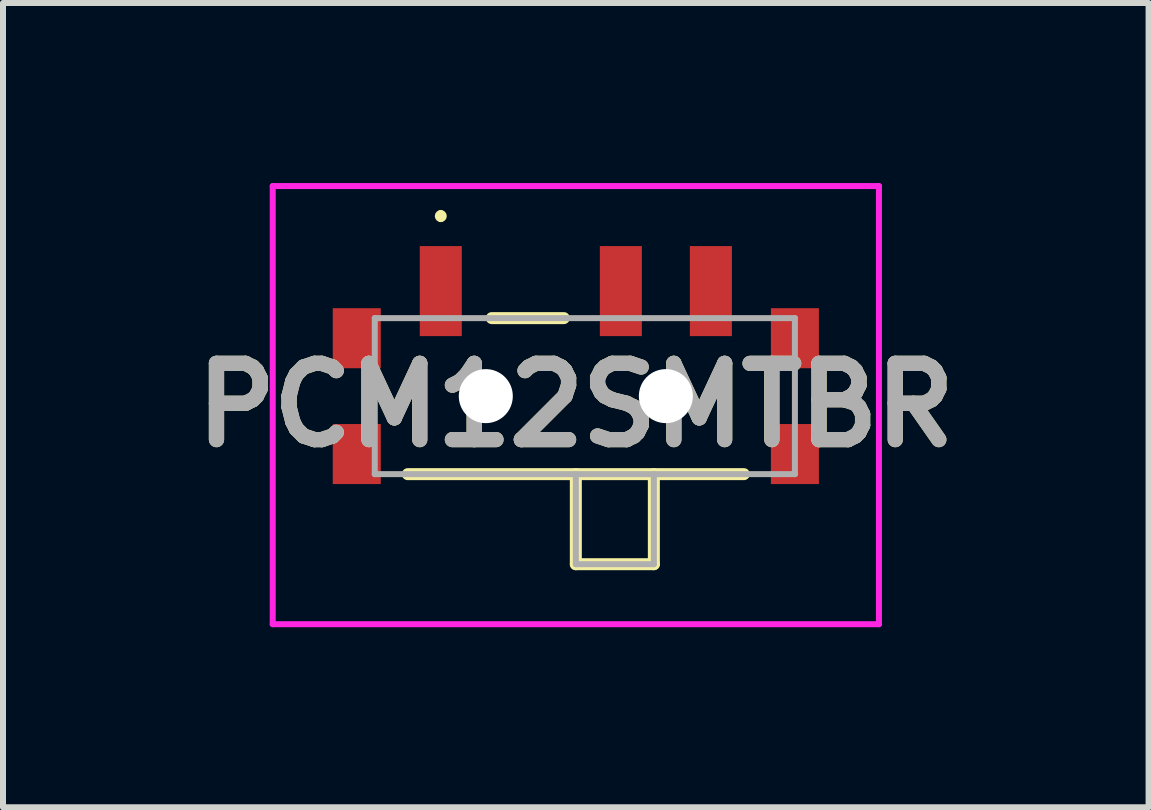
<source format=kicad_pcb>
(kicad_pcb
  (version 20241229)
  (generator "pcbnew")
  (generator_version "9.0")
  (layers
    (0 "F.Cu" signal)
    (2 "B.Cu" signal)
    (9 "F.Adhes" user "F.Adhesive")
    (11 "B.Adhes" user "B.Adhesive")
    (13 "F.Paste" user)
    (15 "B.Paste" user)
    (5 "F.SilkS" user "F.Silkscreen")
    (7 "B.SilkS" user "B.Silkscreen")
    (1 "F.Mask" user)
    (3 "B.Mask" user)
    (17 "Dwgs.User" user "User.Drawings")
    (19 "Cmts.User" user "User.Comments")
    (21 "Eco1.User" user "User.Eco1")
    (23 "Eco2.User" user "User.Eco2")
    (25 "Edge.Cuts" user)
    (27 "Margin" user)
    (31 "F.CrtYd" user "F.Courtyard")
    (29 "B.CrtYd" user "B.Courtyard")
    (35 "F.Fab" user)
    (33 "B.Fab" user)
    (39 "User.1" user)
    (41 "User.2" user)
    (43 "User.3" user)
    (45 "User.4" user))
  (footprint "PCM12SMTBR"
    (layer "F.Cu")
    (at 6.544 3.55)
    (property "Reference" "PCM12SMTBR" (at 0 0.15 0) (layer "F.SilkS") (effects (font (size 1.27 1.27) (thickness 0.254))))
    (attr through_hole)
    (fp_line (start -2.25 -3.05) (end -2.25 -3.05) (stroke (width 0.1) (type solid)) (layer "F.SilkS"))
    (fp_line (start -2.25 -2.95) (end -2.25 -2.95) (stroke (width 0.1) (type solid)) (layer "F.SilkS"))
    (fp_line (start -0.2 -1.3) (end -1.4 -1.3) (stroke (width 0.2) (type solid)) (layer "F.SilkS"))
    (fp_line (start 0 2.8) (end 0 1.3) (stroke (width 0.2) (type solid)) (layer "F.SilkS"))
    (fp_line (start 1.3 1.3) (end 1.3 2.8) (stroke (width 0.2) (type solid)) (layer "F.SilkS"))
    (fp_line (start 1.3 2.8) (end 0 2.8) (stroke (width 0.2) (type solid)) (layer "F.SilkS"))
    (fp_line (start 2.8 1.3) (end -2.8 1.3) (stroke (width 0.2) (type solid)) (layer "F.SilkS"))
    (fp_arc (start -2.25 -3.05) (mid -2.2 -3) (end -2.25 -2.95) (stroke (width 0.1) (type solid)) (layer "F.SilkS"))
    (fp_arc (start -2.25 -2.95) (mid -2.3 -3) (end -2.25 -3.05) (stroke (width 0.1) (type solid)) (layer "F.SilkS"))
    (fp_line (start -5.05 -3.5) (end 5.05 -3.5) (stroke (width 0.1) (type solid)) (layer "F.CrtYd"))
    (fp_line (start -5.05 3.8) (end -5.05 -3.5) (stroke (width 0.1) (type solid)) (layer "F.CrtYd"))
    (fp_line (start 5.05 -3.5) (end 5.05 3.8) (stroke (width 0.1) (type solid)) (layer "F.CrtYd"))
    (fp_line (start 5.05 3.8) (end -5.05 3.8) (stroke (width 0.1) (type solid)) (layer "F.CrtYd"))
    (fp_line (start -3.35 -1.3) (end 3.65 -1.3) (stroke (width 0.1) (type solid)) (layer "F.Fab"))
    (fp_line (start -3.35 1.3) (end -3.35 -1.3) (stroke (width 0.1) (type solid)) (layer "F.Fab"))
    (fp_line (start 0 1.3) (end 0 2.8) (stroke (width 0.1) (type solid)) (layer "F.Fab"))
    (fp_line (start 0 2.8) (end 1.3 2.8) (stroke (width 0.1) (type solid)) (layer "F.Fab"))
    (fp_line (start 1.3 2.8) (end 1.3 1.3) (stroke (width 0.1) (type solid)) (layer "F.Fab"))
    (fp_line (start 3.65 -1.3) (end 3.65 1.3) (stroke (width 0.1) (type solid)) (layer "F.Fab"))
    (fp_line (start 3.65 1.3) (end -3.35 1.3) (stroke (width 0.1) (type solid)) (layer "F.Fab"))
    (fp_text user "${REFERENCE}" (at 0 0.15 0) (layer "F.Fab") (effects (font (size 1.27 1.27) (thickness 0.254))))
    (pad "" np_thru_hole circle (at -1.5 0) (size 0.9 0.9) (drill 0.9) (layers "*.Cu" "*.Mask"))
    (pad "" np_thru_hole circle (at 1.5 0) (size 0.9 0.9) (drill 0.9) (layers "*.Cu" "*.Mask"))
    (pad "1" smd rect (at -2.25 -1.75) (size 0.7 1.5) (layers "F.Cu" "F.Mask" "F.Paste"))
    (pad "2" smd rect (at 0.75 -1.75) (size 0.7 1.5) (layers "F.Cu" "F.Mask" "F.Paste"))
    (pad "3" smd rect (at 2.25 -1.75) (size 0.7 1.5) (layers "F.Cu" "F.Mask" "F.Paste"))
    (pad "MP1" smd rect (at -3.65 -0.965) (size 0.8 1) (layers "F.Cu" "F.Mask" "F.Paste"))
    (pad "MP2" smd rect (at 3.65 -0.965) (size 0.8 1) (layers "F.Cu" "F.Mask" "F.Paste"))
    (pad "MP3" smd rect (at -3.65 0.965) (size 0.8 1) (layers "F.Cu" "F.Mask" "F.Paste"))
    (pad "MP4" smd rect (at 3.65 0.965) (size 0.8 1) (layers "F.Cu" "F.Mask" "F.Paste")))
  (gr_rect
    (start -3 -3)
    (end 16.087 10.4)
    (stroke (width 0.1) (type default))
    (fill no)
    (layer "Edge.Cuts")))
</source>
